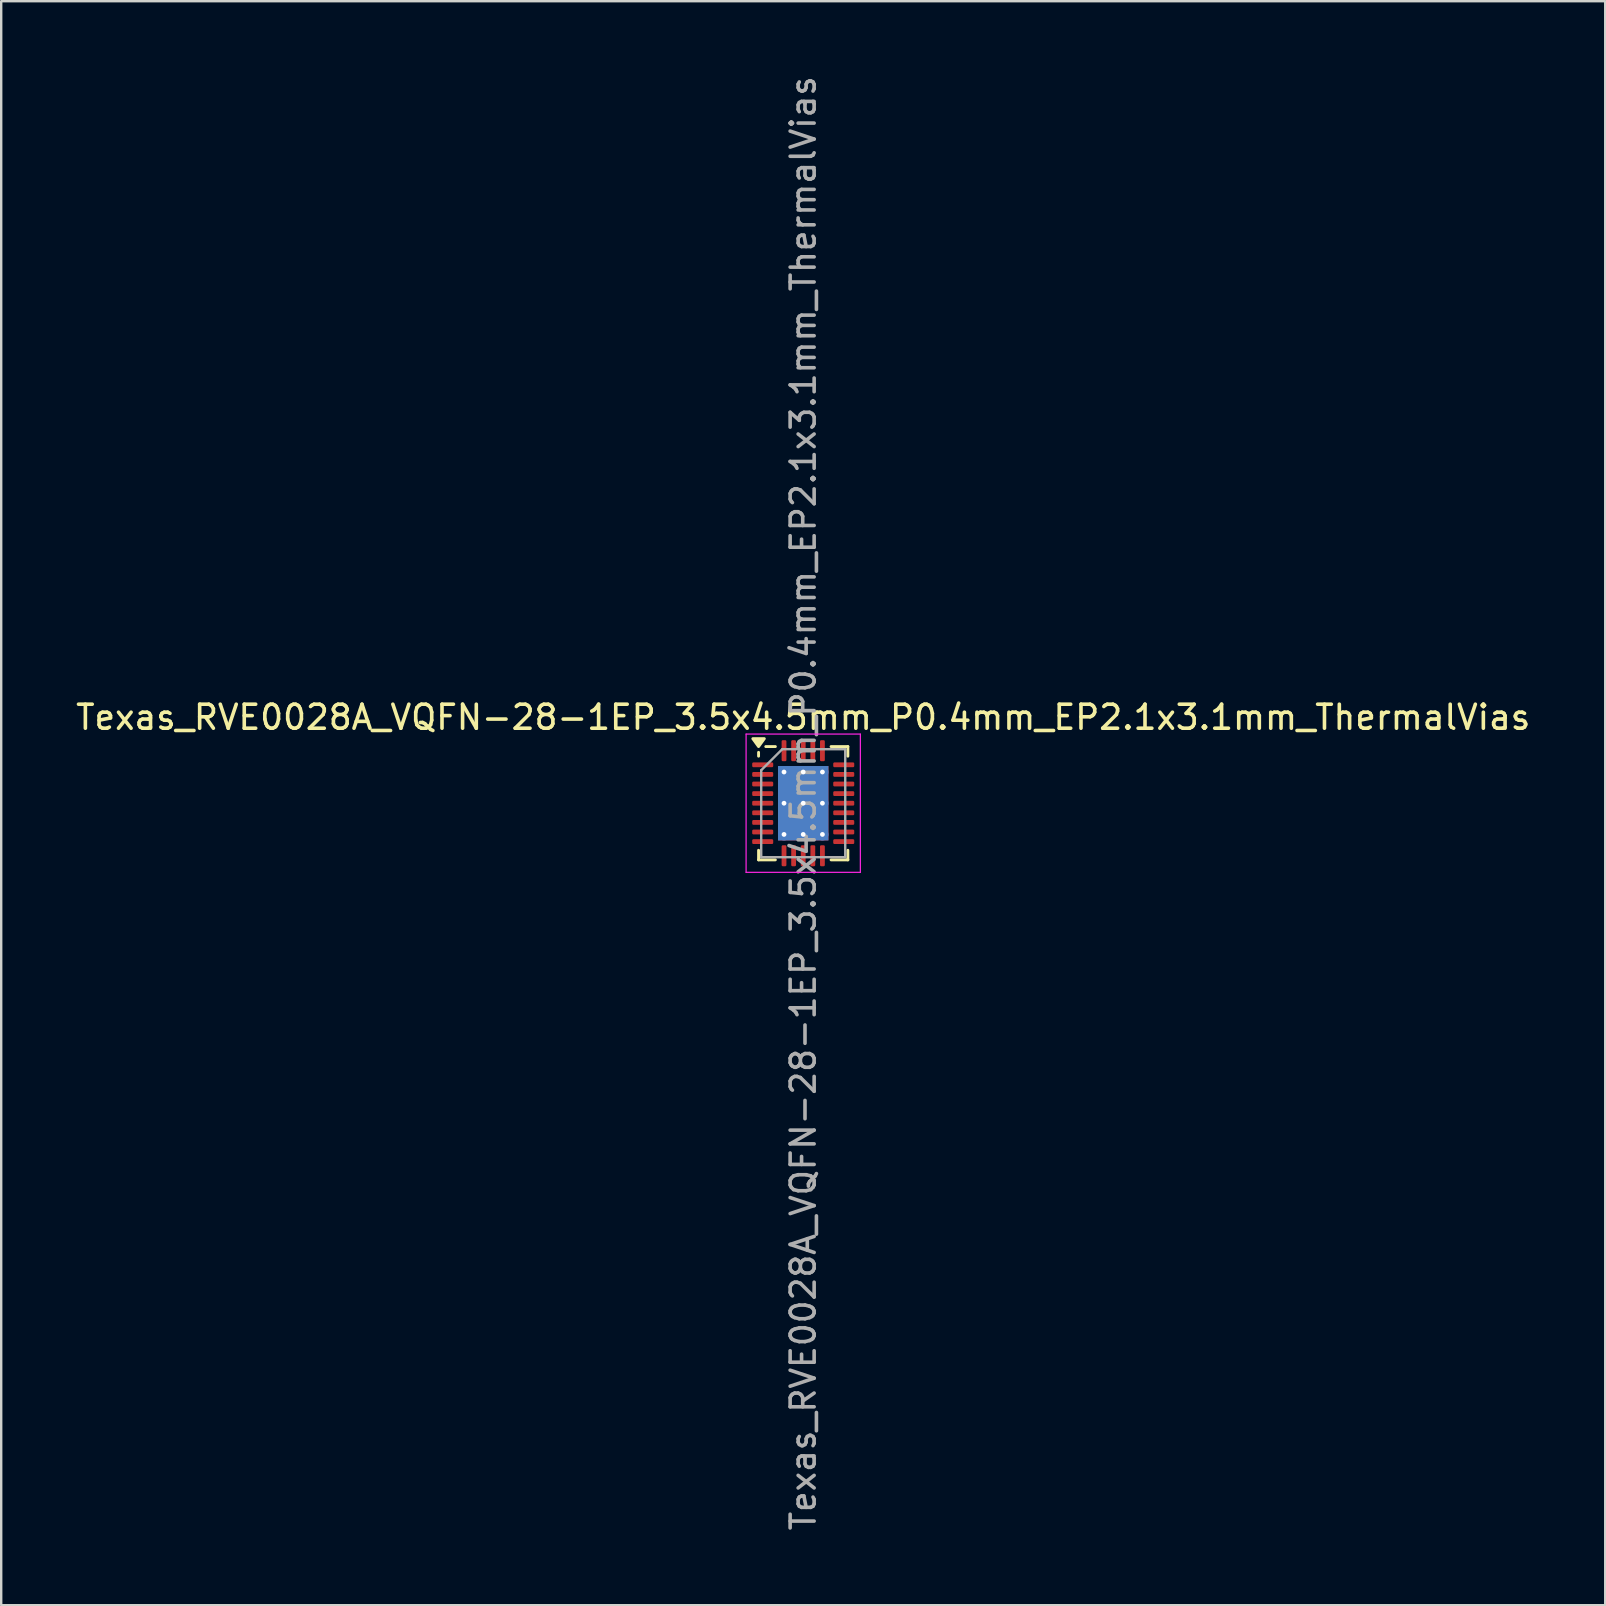
<source format=kicad_pcb>
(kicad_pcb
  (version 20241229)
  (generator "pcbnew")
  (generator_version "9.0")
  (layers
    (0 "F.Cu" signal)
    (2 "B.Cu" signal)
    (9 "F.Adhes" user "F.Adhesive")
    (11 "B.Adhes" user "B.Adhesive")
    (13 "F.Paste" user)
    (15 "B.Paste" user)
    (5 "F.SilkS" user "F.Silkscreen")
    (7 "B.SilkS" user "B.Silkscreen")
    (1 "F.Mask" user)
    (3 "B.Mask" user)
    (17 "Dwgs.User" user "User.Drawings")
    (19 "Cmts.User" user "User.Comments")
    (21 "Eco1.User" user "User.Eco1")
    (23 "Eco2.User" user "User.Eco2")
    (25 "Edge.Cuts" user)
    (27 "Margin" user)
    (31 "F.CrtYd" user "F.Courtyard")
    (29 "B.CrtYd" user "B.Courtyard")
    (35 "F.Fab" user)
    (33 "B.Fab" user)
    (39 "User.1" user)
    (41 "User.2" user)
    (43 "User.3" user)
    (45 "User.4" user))
  (footprint "Texas_RVE0028A_VQFN-28-1EP_3.5x4.5mm_P0.4mm_EP2.1x3.1mm_ThermalVias"
    (layer "F.Cu")
    (at 30.411 30.411)
    (property "Reference" "Texas_RVE0028A_VQFN-28-1EP_3.5x4.5mm_P0.4mm_EP2.1x3.1mm_ThermalVias" (at 0 -3.58 0) (layer "F.SilkS") (effects (font (size 1 1) (thickness 0.15))))
    (attr smd)
    (fp_line (start -1.86 -1.96) (end -1.86 -2.12) (stroke (width 0.12) (type solid)) (layer "F.SilkS"))
    (fp_line (start -1.86 2.36) (end -1.86 1.96) (stroke (width 0.12) (type solid)) (layer "F.SilkS"))
    (fp_line (start -1.16 -2.36) (end -1.56 -2.36) (stroke (width 0.12) (type solid)) (layer "F.SilkS"))
    (fp_line (start -1.16 2.36) (end -1.86 2.36) (stroke (width 0.12) (type solid)) (layer "F.SilkS"))
    (fp_line (start 1.16 -2.36) (end 1.86 -2.36) (stroke (width 0.12) (type solid)) (layer "F.SilkS"))
    (fp_line (start 1.16 2.36) (end 1.86 2.36) (stroke (width 0.12) (type solid)) (layer "F.SilkS"))
    (fp_line (start 1.86 -2.36) (end 1.86 -1.96) (stroke (width 0.12) (type solid)) (layer "F.SilkS"))
    (fp_line (start 1.86 2.36) (end 1.86 1.96) (stroke (width 0.12) (type solid)) (layer "F.SilkS"))
    (fp_poly (pts (xy -1.86 -2.36) (xy -2.1 -2.69) (xy -1.62 -2.69) (xy -1.86 -2.36)) (stroke (width 0.12) (type solid)) (fill yes) (layer "F.SilkS"))
    (fp_line (start -2.38 -2.88) (end -2.38 2.88) (stroke (width 0.05) (type solid)) (layer "F.CrtYd"))
    (fp_line (start -2.38 2.88) (end 2.38 2.88) (stroke (width 0.05) (type solid)) (layer "F.CrtYd"))
    (fp_line (start 2.38 -2.88) (end -2.38 -2.88) (stroke (width 0.05) (type solid)) (layer "F.CrtYd"))
    (fp_line (start 2.38 2.88) (end 2.38 -2.88) (stroke (width 0.05) (type solid)) (layer "F.CrtYd"))
    (fp_line (start -1.75 -1.375) (end -0.875 -2.25) (stroke (width 0.1) (type solid)) (layer "F.Fab"))
    (fp_line (start -1.75 2.25) (end -1.75 -1.375) (stroke (width 0.1) (type solid)) (layer "F.Fab"))
    (fp_line (start -0.875 -2.25) (end 1.75 -2.25) (stroke (width 0.1) (type solid)) (layer "F.Fab"))
    (fp_line (start 1.75 -2.25) (end 1.75 2.25) (stroke (width 0.1) (type solid)) (layer "F.Fab"))
    (fp_line (start 1.75 2.25) (end -1.75 2.25) (stroke (width 0.1) (type solid)) (layer "F.Fab"))
    (fp_text user "${REFERENCE}" (at 0 0 90) (layer "F.Fab") (effects (font (size 1 1) (thickness 0.15))))
    (pad "" smd roundrect (at -0.525 -0.775) (size 0.88 1.3) (layers "F.Paste") (roundrect_rratio 0.25))
    (pad "" smd roundrect (at -0.525 0.775) (size 0.88 1.3) (layers "F.Paste") (roundrect_rratio 0.25))
    (pad "" smd roundrect (at 0.525 -0.775) (size 0.88 1.3) (layers "F.Paste") (roundrect_rratio 0.25))
    (pad "" smd roundrect (at 0.525 0.775) (size 0.88 1.3) (layers "F.Paste") (roundrect_rratio 0.25))
    (pad "1" smd roundrect (at -1.688 -1.6) (size 0.875 0.2) (layers "F.Cu" "F.Mask" "F.Paste") (roundrect_rratio 0.25))
    (pad "2" smd roundrect (at -1.688 -1.2) (size 0.875 0.2) (layers "F.Cu" "F.Mask" "F.Paste") (roundrect_rratio 0.25))
    (pad "3" smd roundrect (at -1.688 -0.8) (size 0.875 0.2) (layers "F.Cu" "F.Mask" "F.Paste") (roundrect_rratio 0.25))
    (pad "4" smd roundrect (at -1.688 -0.4) (size 0.875 0.2) (layers "F.Cu" "F.Mask" "F.Paste") (roundrect_rratio 0.25))
    (pad "5" smd roundrect (at -1.688 0) (size 0.875 0.2) (layers "F.Cu" "F.Mask" "F.Paste") (roundrect_rratio 0.25))
    (pad "6" smd roundrect (at -1.688 0.4) (size 0.875 0.2) (layers "F.Cu" "F.Mask" "F.Paste") (roundrect_rratio 0.25))
    (pad "7" smd roundrect (at -1.688 0.8) (size 0.875 0.2) (layers "F.Cu" "F.Mask" "F.Paste") (roundrect_rratio 0.25))
    (pad "8" smd roundrect (at -1.688 1.2) (size 0.875 0.2) (layers "F.Cu" "F.Mask" "F.Paste") (roundrect_rratio 0.25))
    (pad "9" smd roundrect (at -1.688 1.6) (size 0.875 0.2) (layers "F.Cu" "F.Mask" "F.Paste") (roundrect_rratio 0.25))
    (pad "10" smd roundrect (at -0.8 2.188) (size 0.2 0.875) (layers "F.Cu" "F.Mask" "F.Paste") (roundrect_rratio 0.25))
    (pad "11" smd roundrect (at -0.4 2.188) (size 0.2 0.875) (layers "F.Cu" "F.Mask" "F.Paste") (roundrect_rratio 0.25))
    (pad "12" smd roundrect (at 0 2.188) (size 0.2 0.875) (layers "F.Cu" "F.Mask" "F.Paste") (roundrect_rratio 0.25))
    (pad "13" smd roundrect (at 0.4 2.188) (size 0.2 0.875) (layers "F.Cu" "F.Mask" "F.Paste") (roundrect_rratio 0.25))
    (pad "14" smd roundrect (at 0.8 2.188) (size 0.2 0.875) (layers "F.Cu" "F.Mask" "F.Paste") (roundrect_rratio 0.25))
    (pad "15" smd roundrect (at 1.688 1.6) (size 0.875 0.2) (layers "F.Cu" "F.Mask" "F.Paste") (roundrect_rratio 0.25))
    (pad "16" smd roundrect (at 1.688 1.2) (size 0.875 0.2) (layers "F.Cu" "F.Mask" "F.Paste") (roundrect_rratio 0.25))
    (pad "17" smd roundrect (at 1.688 0.8) (size 0.875 0.2) (layers "F.Cu" "F.Mask" "F.Paste") (roundrect_rratio 0.25))
    (pad "18" smd roundrect (at 1.688 0.4) (size 0.875 0.2) (layers "F.Cu" "F.Mask" "F.Paste") (roundrect_rratio 0.25))
    (pad "19" smd roundrect (at 1.688 0) (size 0.875 0.2) (layers "F.Cu" "F.Mask" "F.Paste") (roundrect_rratio 0.25))
    (pad "20" smd roundrect (at 1.688 -0.4) (size 0.875 0.2) (layers "F.Cu" "F.Mask" "F.Paste") (roundrect_rratio 0.25))
    (pad "21" smd roundrect (at 1.688 -0.8) (size 0.875 0.2) (layers "F.Cu" "F.Mask" "F.Paste") (roundrect_rratio 0.25))
    (pad "22" smd roundrect (at 1.688 -1.2) (size 0.875 0.2) (layers "F.Cu" "F.Mask" "F.Paste") (roundrect_rratio 0.25))
    (pad "23" smd roundrect (at 1.688 -1.6) (size 0.875 0.2) (layers "F.Cu" "F.Mask" "F.Paste") (roundrect_rratio 0.25))
    (pad "24" smd roundrect (at 0.8 -2.188) (size 0.2 0.875) (layers "F.Cu" "F.Mask" "F.Paste") (roundrect_rratio 0.25))
    (pad "25" smd roundrect (at 0.4 -2.188) (size 0.2 0.875) (layers "F.Cu" "F.Mask" "F.Paste") (roundrect_rratio 0.25))
    (pad "26" smd roundrect (at 0 -2.188) (size 0.2 0.875) (layers "F.Cu" "F.Mask" "F.Paste") (roundrect_rratio 0.25))
    (pad "27" smd roundrect (at -0.4 -2.188) (size 0.2 0.875) (layers "F.Cu" "F.Mask" "F.Paste") (roundrect_rratio 0.25))
    (pad "28" smd roundrect (at -0.8 -2.188) (size 0.2 0.875) (layers "F.Cu" "F.Mask" "F.Paste") (roundrect_rratio 0.25))
    (pad "29" thru_hole circle (at -0.8 -1.3) (size 0.5 0.5) (drill 0.2) (property pad_prop_heatsink) (layers "*.Cu"))
    (pad "29" thru_hole circle (at -0.8 0) (size 0.5 0.5) (drill 0.2) (property pad_prop_heatsink) (layers "*.Cu"))
    (pad "29" thru_hole circle (at -0.8 1.3) (size 0.5 0.5) (drill 0.2) (property pad_prop_heatsink) (layers "*.Cu"))
    (pad "29" thru_hole circle (at 0 -1.3) (size 0.5 0.5) (drill 0.2) (property pad_prop_heatsink) (layers "*.Cu"))
    (pad "29" thru_hole circle (at 0 0) (size 0.5 0.5) (drill 0.2) (property pad_prop_heatsink) (layers "*.Cu"))
    (pad "29" smd rect (at 0 0) (size 2.1 3.1) (property pad_prop_heatsink) (layers "F.Cu" "F.Mask"))
    (pad "29" smd rect (at 0 0) (size 2.1 3.1) (property pad_prop_heatsink) (layers "B.Cu"))
    (pad "29" thru_hole circle (at 0 1.3) (size 0.5 0.5) (drill 0.2) (property pad_prop_heatsink) (layers "*.Cu"))
    (pad "29" thru_hole circle (at 0.8 -1.3) (size 0.5 0.5) (drill 0.2) (property pad_prop_heatsink) (layers "*.Cu"))
    (pad "29" thru_hole circle (at 0.8 0) (size 0.5 0.5) (drill 0.2) (property pad_prop_heatsink) (layers "*.Cu"))
    (pad "29" thru_hole circle (at 0.8 1.3) (size 0.5 0.5) (drill 0.2) (property pad_prop_heatsink) (layers "*.Cu")))
  (gr_rect
    (start -3 -3)
    (end 63.821 63.821)
    (stroke (width 0.1) (type default))
    (fill no)
    (layer "Edge.Cuts")))
</source>
